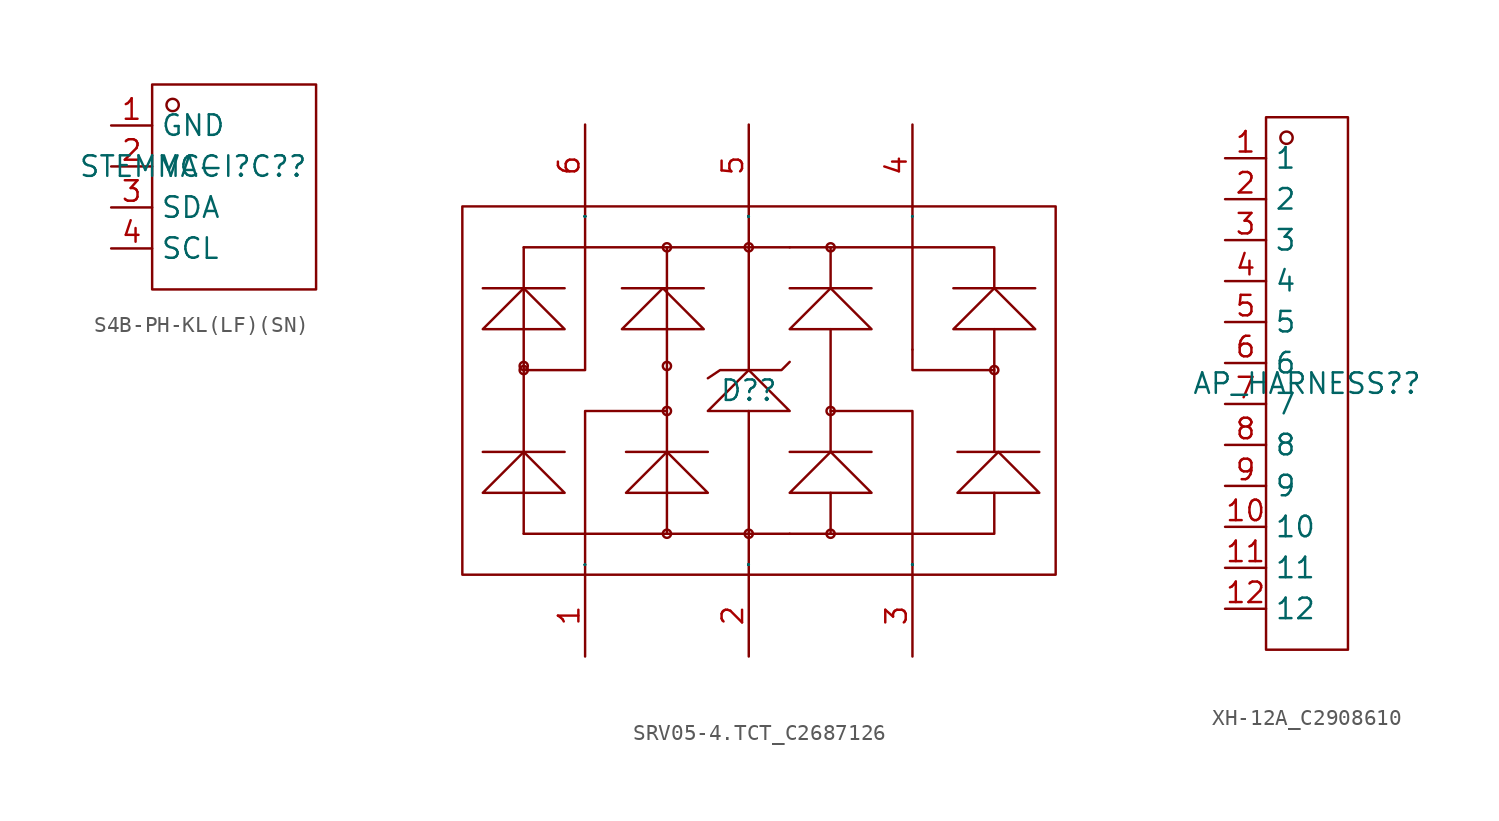
<source format=kicad_sym>
(kicad_symbol_lib
  (version 20231120)
  (generator "kicad_symbol_editor")
  (generator_version "8.0")
  (symbol "S4B-PH-KL(LF)(SN)"
    (property "Reference" "STEMMA-I?C?"
      (at 0 0 0)
      (effects (font (size 1.27 1.27))))
    (property "Value" ""
      (at 0 0 0)
      (effects (font (size 1.27 1.27))))
    (symbol "S4B-PH-KL(LF)(SN)_1_0"
      (rectangle (start -2.54 -7.62) (end 7.62 5.08) (stroke (width 0) (type default)) (fill (type none)))
      (circle (center -1.27 3.81) (radius 0.381) (stroke (width 0) (type default)) (fill (type none)))
      (pin unspecified line (at -5.08 2.54 0) (length 2.54) (name "GND" (effects (font (size 1.27 1.27)))) (number "1" (effects (font (size 1.27 1.27)))))
      (pin unspecified line (at -5.08 0 0) (length 2.54) (name "VCC" (effects (font (size 1.27 1.27)))) (number "2" (effects (font (size 1.27 1.27)))))
      (pin unspecified line (at -5.08 -2.54 0) (length 2.54) (name "SDA" (effects (font (size 1.27 1.27)))) (number "3" (effects (font (size 1.27 1.27)))))
      (pin unspecified line (at -5.08 -5.08 0) (length 2.54) (name "SCL" (effects (font (size 1.27 1.27)))) (number "4" (effects (font (size 1.27 1.27)))))))
  (symbol "SRV05-4.TCT_C2687126"
    (property "Reference" "D?"
      (at 0 0 0)
      (effects (font (size 1.27 1.27))))
    (property "Value" ""
      (at 0 0 0)
      (effects (font (size 1.27 1.27))))
    (symbol "SRV05-4.TCT_C2687126_1_0"
      (rectangle (start -17.78 -11.43) (end 19.05 11.43) (stroke (width 0) (type default)) (fill (type none)))
      (circle (center -13.97 1.27) (radius 0.254) (stroke (width 0) (type default)) (fill (type none)))
      (circle (center -13.97 1.524) (radius 0.254) (stroke (width 0) (type default)) (fill (type none)))
      (circle (center -5.08 -8.89) (radius 0.254) (stroke (width 0) (type default)) (fill (type none)))
      (circle (center -5.08 -1.27) (radius 0.254) (stroke (width 0) (type default)) (fill (type none)))
      (circle (center -5.08 1.524) (radius 0.254) (stroke (width 0) (type default)) (fill (type none)))
      (circle (center -5.08 8.89) (radius 0.254) (stroke (width 0) (type default)) (fill (type none)))
      (circle (center 0 -8.89) (radius 0.254) (stroke (width 0) (type default)) (fill (type none)))
      (polyline (pts (xy -16.51 -3.81) (xy -11.43 -3.81)) (stroke (width 0) (type default)) (fill (type none)))
      (polyline (pts (xy -16.51 6.35) (xy -11.43 6.35)) (stroke (width 0) (type default)) (fill (type none)))
      (polyline (pts (xy -13.97 -8.89) (xy -13.97 8.89)) (stroke (width 0) (type default)) (fill (type none)))
      (polyline (pts (xy -13.97 -8.89) (xy 2.54 -8.89)) (stroke (width 0) (type default)) (fill (type none)))
      (polyline (pts (xy -13.97 8.89) (xy 2.54 8.89)) (stroke (width 0) (type default)) (fill (type none)))
      (polyline (pts (xy -7.874 6.35) (xy -2.794 6.35)) (stroke (width 0) (type default)) (fill (type none)))
      (polyline (pts (xy -7.62 -3.81) (xy -2.54 -3.81)) (stroke (width 0) (type default)) (fill (type none)))
      (polyline (pts (xy -5.08 -8.89) (xy -5.08 1.27)) (stroke (width 0) (type default)) (fill (type none)))
      (polyline (pts (xy -5.08 1.27) (xy -5.08 8.89)) (stroke (width 0) (type default)) (fill (type none)))
      (polyline (pts (xy 0 -11.43) (xy 0 -1.27)) (stroke (width 0) (type default)) (fill (type none)))
      (polyline (pts (xy 0 1.27) (xy 0 8.89)) (stroke (width 0) (type default)) (fill (type none)))
      (polyline (pts (xy 0 8.89) (xy 0 11.43)) (stroke (width 0) (type default)) (fill (type none)))
      (polyline (pts (xy 2.54 -3.81) (xy 7.62 -3.81)) (stroke (width 0) (type default)) (fill (type none)))
      (polyline (pts (xy 2.54 6.35) (xy 7.62 6.35)) (stroke (width 0) (type default)) (fill (type none)))
      (polyline (pts (xy 5.08 -3.81) (xy 5.08 3.81)) (stroke (width 0) (type default)) (fill (type none)))
      (polyline (pts (xy 10.16 2.54) (xy 10.16 2.54)) (stroke (width 0) (type default)) (fill (type none)))
      (polyline (pts (xy 10.16 8.89) (xy 10.16 11.43)) (stroke (width 0) (type default)) (fill (type none)))
      (polyline (pts (xy 12.7 6.35) (xy 17.78 6.35)) (stroke (width 0) (type default)) (fill (type none)))
      (polyline (pts (xy 12.954 -3.81) (xy 18.034 -3.81)) (stroke (width 0) (type default)) (fill (type none)))
      (polyline (pts (xy 15.24 -3.81) (xy 15.24 3.81)) (stroke (width 0) (type default)) (fill (type none)))
      (polyline (pts (xy -13.97 1.27) (xy -10.16 1.27) (xy -10.16 1.27) (xy -10.16 11.43)) (stroke (width 0) (type default)) (fill (type none)))
      (polyline (pts (xy -5.08 -1.27) (xy -10.16 -1.27) (xy -10.16 -1.27) (xy -10.16 -11.43)) (stroke (width 0) (type default)) (fill (type none)))
      (polyline (pts (xy 5.08 -8.89) (xy 15.24 -8.89) (xy 15.24 -8.89) (xy 15.24 -6.35)) (stroke (width 0) (type default)) (fill (type none)))
      (polyline (pts (xy 5.08 -6.35) (xy 5.08 -8.89) (xy 5.08 -8.89) (xy 2.54 -8.89)) (stroke (width 0) (type default)) (fill (type none)))
      (polyline (pts (xy 5.08 -1.27) (xy 10.16 -1.27) (xy 10.16 -1.27) (xy 10.16 -11.43)) (stroke (width 0) (type default)) (fill (type none)))
      (polyline (pts (xy 5.08 6.35) (xy 5.08 8.89) (xy 5.08 8.89) (xy 2.54 8.89)) (stroke (width 0) (type default)) (fill (type none)))
      (polyline (pts (xy 15.24 1.27) (xy 10.16 1.27) (xy 10.16 1.27) (xy 10.16 8.89)) (stroke (width 0) (type default)) (fill (type none)))
      (polyline (pts (xy 15.24 6.35) (xy 15.24 8.89) (xy 15.24 8.89) (xy 5.08 8.89)) (stroke (width 0) (type default)) (fill (type none)))
      (polyline (pts (xy -11.43 -6.35) (xy -13.97 -3.81) (xy -13.97 -3.81) (xy -16.51 -6.35) (xy -16.51 -6.35) (xy -11.43 -6.35)) (stroke (width 0) (type default)) (fill (type none)))
      (polyline (pts (xy -11.43 3.81) (xy -13.97 6.35) (xy -13.97 6.35) (xy -16.51 3.81) (xy -16.51 3.81) (xy -11.43 3.81)) (stroke (width 0) (type default)) (fill (type none)))
      (polyline (pts (xy -2.794 3.81) (xy -5.334 6.35) (xy -5.334 6.35) (xy -7.874 3.81) (xy -7.874 3.81) (xy -2.794 3.81)) (stroke (width 0) (type default)) (fill (type none)))
      (polyline (pts (xy -2.54 -6.35) (xy -5.08 -3.81) (xy -5.08 -3.81) (xy -7.62 -6.35) (xy -7.62 -6.35) (xy -2.54 -6.35)) (stroke (width 0) (type default)) (fill (type none)))
      (polyline (pts (xy -2.54 0.762) (xy -1.778 1.27) (xy -1.778 1.27) (xy 2.032 1.27) (xy 2.032 1.27) (xy 2.54 1.778)) (stroke (width 0) (type default)) (fill (type none)))
      (polyline (pts (xy 2.54 -1.27) (xy 0 1.27) (xy 0 1.27) (xy -2.54 -1.27) (xy -2.54 -1.27) (xy 2.54 -1.27)) (stroke (width 0) (type default)) (fill (type none)))
      (polyline (pts (xy 7.62 -6.35) (xy 5.08 -3.81) (xy 5.08 -3.81) (xy 2.54 -6.35) (xy 2.54 -6.35) (xy 7.62 -6.35)) (stroke (width 0) (type default)) (fill (type none)))
      (polyline (pts (xy 7.62 3.81) (xy 5.08 6.35) (xy 5.08 6.35) (xy 2.54 3.81) (xy 2.54 3.81) (xy 7.62 3.81)) (stroke (width 0) (type default)) (fill (type none)))
      (polyline (pts (xy 17.78 3.81) (xy 15.24 6.35) (xy 15.24 6.35) (xy 12.7 3.81) (xy 12.7 3.81) (xy 17.78 3.81)) (stroke (width 0) (type default)) (fill (type none)))
      (polyline (pts (xy 18.034 -6.35) (xy 15.494 -3.81) (xy 15.494 -3.81) (xy 12.954 -6.35) (xy 12.954 -6.35) (xy 18.034 -6.35)) (stroke (width 0) (type default)) (fill (type none)))
      (circle (center 0 8.89) (radius 0.254) (stroke (width 0) (type default)) (fill (type none)))
      (circle (center 5.08 -8.89) (radius 0.254) (stroke (width 0) (type default)) (fill (type none)))
      (circle (center 5.08 -1.27) (radius 0.254) (stroke (width 0) (type default)) (fill (type none)))
      (circle (center 5.08 8.89) (radius 0.254) (stroke (width 0) (type default)) (fill (type none)))
      (circle (center 15.24 1.27) (radius 0.254) (stroke (width 0) (type default)) (fill (type none)))
      (pin input line (at -10.16 -16.51 90) (length 5.08) (name "1" (effects (font (size 0.025 0.025)))) (number "1" (effects (font (size 1.27 1.27)))))
      (pin input line (at 0 -16.51 90) (length 5.08) (name "2" (effects (font (size 0.025 0.025)))) (number "2" (effects (font (size 1.27 1.27)))))
      (pin input line (at 10.16 -16.51 90) (length 5.08) (name "3" (effects (font (size 0.025 0.025)))) (number "3" (effects (font (size 1.27 1.27)))))
      (pin input line (at 10.16 16.51 270) (length 5.08) (name "4" (effects (font (size 0.025 0.025)))) (number "4" (effects (font (size 1.27 1.27)))))
      (pin input line (at 0 16.51 270) (length 5.08) (name "5" (effects (font (size 0.025 0.025)))) (number "5" (effects (font (size 1.27 1.27)))))
      (pin input line (at -10.16 16.51 270) (length 5.08) (name "6" (effects (font (size 0.025 0.025)))) (number "6" (effects (font (size 1.27 1.27)))))))
  (symbol "XH-12A_C2908610"
    (property "Reference" "AP_HARNESS?"
      (at 0 0 0)
      (effects (font (size 1.27 1.27))))
    (property "Value" ""
      (at 0 0 0)
      (effects (font (size 1.27 1.27))))
    (symbol "XH-12A_C2908610_1_0"
      (rectangle (start -2.54 -16.51) (end 2.54 16.51) (stroke (width 0) (type default)) (fill (type none)))
      (circle (center -1.27 15.24) (radius 0.381) (stroke (width 0) (type default)) (fill (type none)))
      (pin unspecified line (at -5.08 13.97 0) (length 2.54) (name "1" (effects (font (size 1.27 1.27)))) (number "1" (effects (font (size 1.27 1.27)))))
      (pin unspecified line (at -5.08 -8.89 0) (length 2.54) (name "10" (effects (font (size 1.27 1.27)))) (number "10" (effects (font (size 1.27 1.27)))))
      (pin unspecified line (at -5.08 -11.43 0) (length 2.54) (name "11" (effects (font (size 1.27 1.27)))) (number "11" (effects (font (size 1.27 1.27)))))
      (pin unspecified line (at -5.08 -13.97 0) (length 2.54) (name "12" (effects (font (size 1.27 1.27)))) (number "12" (effects (font (size 1.27 1.27)))))
      (pin unspecified line (at -5.08 11.43 0) (length 2.54) (name "2" (effects (font (size 1.27 1.27)))) (number "2" (effects (font (size 1.27 1.27)))))
      (pin unspecified line (at -5.08 8.89 0) (length 2.54) (name "3" (effects (font (size 1.27 1.27)))) (number "3" (effects (font (size 1.27 1.27)))))
      (pin unspecified line (at -5.08 6.35 0) (length 2.54) (name "4" (effects (font (size 1.27 1.27)))) (number "4" (effects (font (size 1.27 1.27)))))
      (pin unspecified line (at -5.08 3.81 0) (length 2.54) (name "5" (effects (font (size 1.27 1.27)))) (number "5" (effects (font (size 1.27 1.27)))))
      (pin unspecified line (at -5.08 1.27 0) (length 2.54) (name "6" (effects (font (size 1.27 1.27)))) (number "6" (effects (font (size 1.27 1.27)))))
      (pin unspecified line (at -5.08 -1.27 0) (length 2.54) (name "7" (effects (font (size 1.27 1.27)))) (number "7" (effects (font (size 1.27 1.27)))))
      (pin unspecified line (at -5.08 -3.81 0) (length 2.54) (name "8" (effects (font (size 1.27 1.27)))) (number "8" (effects (font (size 1.27 1.27)))))
      (pin unspecified line (at -5.08 -6.35 0) (length 2.54) (name "9" (effects (font (size 1.27 1.27)))) (number "9" (effects (font (size 1.27 1.27))))))))
</source>
